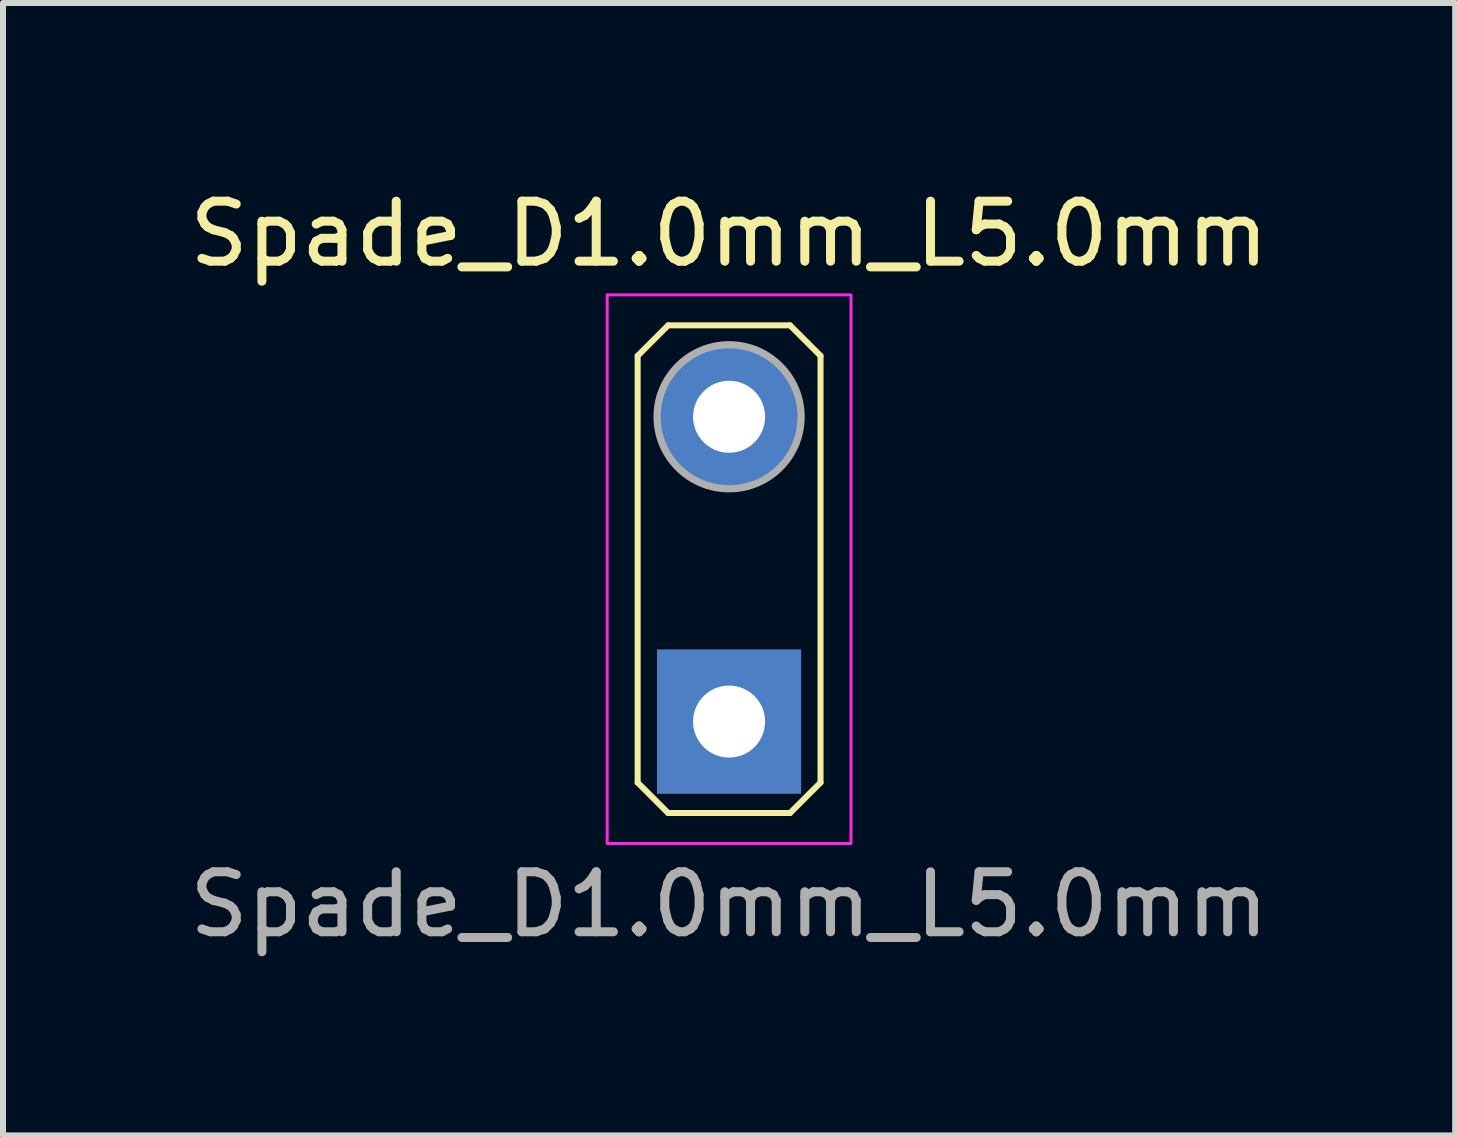
<source format=kicad_pcb>
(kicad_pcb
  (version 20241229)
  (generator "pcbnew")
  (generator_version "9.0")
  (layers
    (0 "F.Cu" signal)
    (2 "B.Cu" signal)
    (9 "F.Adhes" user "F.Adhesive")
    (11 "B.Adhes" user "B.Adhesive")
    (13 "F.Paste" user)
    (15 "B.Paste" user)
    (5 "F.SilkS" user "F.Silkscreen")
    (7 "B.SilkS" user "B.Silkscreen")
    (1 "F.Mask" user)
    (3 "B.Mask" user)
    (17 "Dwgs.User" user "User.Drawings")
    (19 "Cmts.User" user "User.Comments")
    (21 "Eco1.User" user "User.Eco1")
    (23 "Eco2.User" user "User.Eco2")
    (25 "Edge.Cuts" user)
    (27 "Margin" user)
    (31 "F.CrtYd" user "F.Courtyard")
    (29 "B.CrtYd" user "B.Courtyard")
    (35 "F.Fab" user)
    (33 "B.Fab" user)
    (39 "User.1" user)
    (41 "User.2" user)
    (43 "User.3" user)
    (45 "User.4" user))
  (footprint "Spade_D1.0mm_L5.0mm"
    (layer "F.Cu")
    (at 9.101 3.896)
    (property "Reference" "Spade_D1.0mm_L5.0mm" (at 0 -3.048 0) (layer "F.SilkS") (effects (font (size 1 1) (thickness 0.15))))
    (attr through_hole)
    (fp_line (start -1.524 -1.016) (end -1.016 -1.524) (stroke (width 0.1) (type default)) (layer "F.SilkS"))
    (fp_line (start -1.524 6.096) (end -1.524 -1.016) (stroke (width 0.1) (type default)) (layer "F.SilkS"))
    (fp_line (start -1.016 -1.524) (end 1.016 -1.524) (stroke (width 0.1) (type default)) (layer "F.SilkS"))
    (fp_line (start -1.016 6.604) (end -1.524 6.096) (stroke (width 0.1) (type default)) (layer "F.SilkS"))
    (fp_line (start 1.016 -1.524) (end 1.524 -1.016) (stroke (width 0.1) (type default)) (layer "F.SilkS"))
    (fp_line (start 1.016 6.604) (end -1.016 6.604) (stroke (width 0.1) (type default)) (layer "F.SilkS"))
    (fp_line (start 1.524 -1.016) (end 1.524 6.096) (stroke (width 0.1) (type default)) (layer "F.SilkS"))
    (fp_line (start 1.524 6.096) (end 1.016 6.604) (stroke (width 0.1) (type default)) (layer "F.SilkS"))
    (fp_rect (start -2.032 -2.032) (end 2.032 7.112) (stroke (width 0.05) (type default)) (fill no) (layer "F.CrtYd"))
    (fp_circle (center 0 0) (end 0.5 0) (stroke (width 0.12) (type solid)) (fill no) (layer "F.Fab"))
    (fp_circle (center 0 0) (end 1.2 0) (stroke (width 0.12) (type solid)) (fill no) (layer "F.Fab"))
    (fp_text user "${REFERENCE}" (at 0 8.128 0) (layer "F.Fab") (effects (font (size 1 1) (thickness 0.15))))
    (pad "1" thru_hole circle (at 0 0) (size 2.4 2.4) (drill 1.2) (layers "*.Cu" "*.Mask"))
    (pad "1" thru_hole rect (at 0 5.08) (size 2.4 2.4) (drill 1.2) (layers "*.Cu" "*.Mask")))
  (gr_rect
    (start -3 -3)
    (end 21.202 15.873)
    (stroke (width 0.1) (type default))
    (fill no)
    (layer "Edge.Cuts")))
</source>
